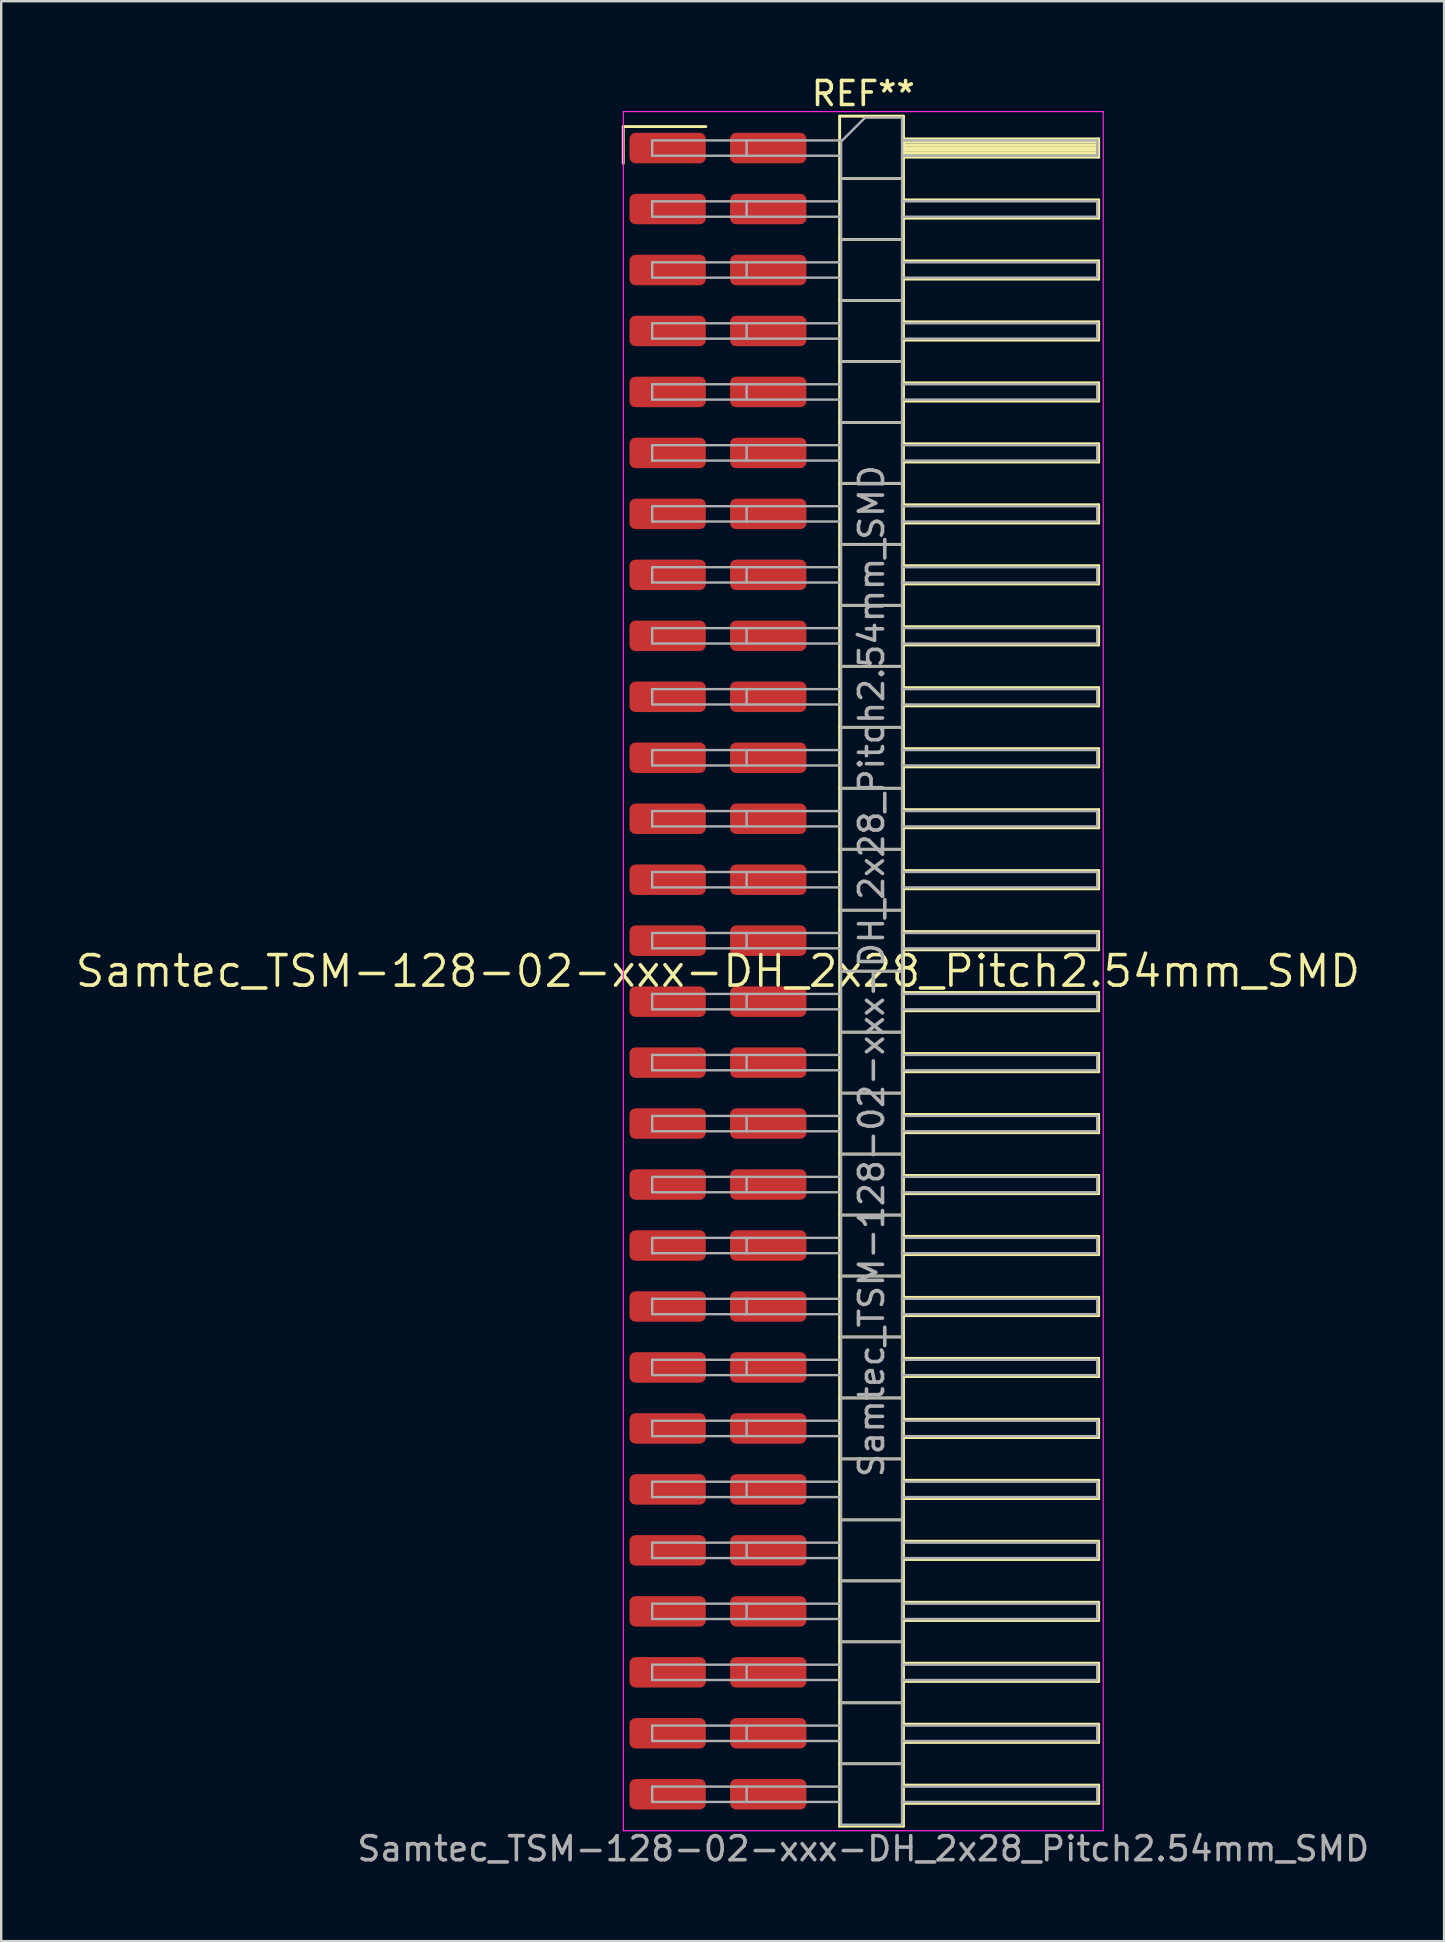
<source format=kicad_pcb>
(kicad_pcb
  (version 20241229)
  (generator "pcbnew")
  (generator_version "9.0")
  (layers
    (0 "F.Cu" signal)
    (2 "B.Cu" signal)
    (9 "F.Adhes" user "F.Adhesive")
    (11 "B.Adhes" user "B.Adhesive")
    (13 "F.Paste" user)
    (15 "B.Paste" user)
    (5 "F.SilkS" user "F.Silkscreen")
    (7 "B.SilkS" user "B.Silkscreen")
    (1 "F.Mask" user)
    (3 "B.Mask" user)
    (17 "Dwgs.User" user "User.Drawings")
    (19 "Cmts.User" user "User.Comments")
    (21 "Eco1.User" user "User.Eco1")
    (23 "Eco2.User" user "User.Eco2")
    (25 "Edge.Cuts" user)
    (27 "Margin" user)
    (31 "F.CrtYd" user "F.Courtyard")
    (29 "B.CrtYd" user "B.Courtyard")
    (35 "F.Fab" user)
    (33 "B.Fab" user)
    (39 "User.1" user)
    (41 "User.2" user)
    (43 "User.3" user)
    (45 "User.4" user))
  (footprint "Samtec_TSM-128-02-xxx-DH_2x28_Pitch2.54mm_SMD"
    (layer "F.Cu")
    (at 26.859 37.408)
    (property "Reference" "Samtec_TSM-128-02-xxx-DH_2x28_Pitch2.54mm_SMD" (at 0 0 0) (layer "F.SilkS") (effects (font (size 1.27 1.27) (thickness 0.15))))
    (attr smd)
    (fp_line (start -3.945 -35.185) (end -0.505 -35.185) (stroke (width 0.12) (type solid)) (layer "F.SilkS"))
    (fp_line (start -3.945 -33.655) (end -3.945 -35.185) (stroke (width 0.12) (type solid)) (layer "F.SilkS"))
    (fp_line (start 5.07 -35.62) (end 7.73 -35.62) (stroke (width 0.12) (type solid)) (layer "F.SilkS"))
    (fp_line (start 5.07 -33.02) (end 7.73 -33.02) (stroke (width 0.12) (type solid)) (layer "F.SilkS"))
    (fp_line (start 5.07 -30.48) (end 7.73 -30.48) (stroke (width 0.12) (type solid)) (layer "F.SilkS"))
    (fp_line (start 5.07 -27.94) (end 7.73 -27.94) (stroke (width 0.12) (type solid)) (layer "F.SilkS"))
    (fp_line (start 5.07 -25.4) (end 7.73 -25.4) (stroke (width 0.12) (type solid)) (layer "F.SilkS"))
    (fp_line (start 5.07 -22.86) (end 7.73 -22.86) (stroke (width 0.12) (type solid)) (layer "F.SilkS"))
    (fp_line (start 5.07 -20.32) (end 7.73 -20.32) (stroke (width 0.12) (type solid)) (layer "F.SilkS"))
    (fp_line (start 5.07 -17.78) (end 7.73 -17.78) (stroke (width 0.12) (type solid)) (layer "F.SilkS"))
    (fp_line (start 5.07 -15.24) (end 7.73 -15.24) (stroke (width 0.12) (type solid)) (layer "F.SilkS"))
    (fp_line (start 5.07 -12.7) (end 7.73 -12.7) (stroke (width 0.12) (type solid)) (layer "F.SilkS"))
    (fp_line (start 5.07 -10.16) (end 7.73 -10.16) (stroke (width 0.12) (type solid)) (layer "F.SilkS"))
    (fp_line (start 5.07 -7.62) (end 7.73 -7.62) (stroke (width 0.12) (type solid)) (layer "F.SilkS"))
    (fp_line (start 5.07 -5.08) (end 7.73 -5.08) (stroke (width 0.12) (type solid)) (layer "F.SilkS"))
    (fp_line (start 5.07 -2.54) (end 7.73 -2.54) (stroke (width 0.12) (type solid)) (layer "F.SilkS"))
    (fp_line (start 5.07 0) (end 7.73 0) (stroke (width 0.12) (type solid)) (layer "F.SilkS"))
    (fp_line (start 5.07 2.54) (end 7.73 2.54) (stroke (width 0.12) (type solid)) (layer "F.SilkS"))
    (fp_line (start 5.07 5.08) (end 7.73 5.08) (stroke (width 0.12) (type solid)) (layer "F.SilkS"))
    (fp_line (start 5.07 7.62) (end 7.73 7.62) (stroke (width 0.12) (type solid)) (layer "F.SilkS"))
    (fp_line (start 5.07 10.16) (end 7.73 10.16) (stroke (width 0.12) (type solid)) (layer "F.SilkS"))
    (fp_line (start 5.07 12.7) (end 7.73 12.7) (stroke (width 0.12) (type solid)) (layer "F.SilkS"))
    (fp_line (start 5.07 15.24) (end 7.73 15.24) (stroke (width 0.12) (type solid)) (layer "F.SilkS"))
    (fp_line (start 5.07 17.78) (end 7.73 17.78) (stroke (width 0.12) (type solid)) (layer "F.SilkS"))
    (fp_line (start 5.07 20.32) (end 7.73 20.32) (stroke (width 0.12) (type solid)) (layer "F.SilkS"))
    (fp_line (start 5.07 22.86) (end 7.73 22.86) (stroke (width 0.12) (type solid)) (layer "F.SilkS"))
    (fp_line (start 5.07 25.4) (end 7.73 25.4) (stroke (width 0.12) (type solid)) (layer "F.SilkS"))
    (fp_line (start 5.07 27.94) (end 7.73 27.94) (stroke (width 0.12) (type solid)) (layer "F.SilkS"))
    (fp_line (start 5.07 30.48) (end 7.73 30.48) (stroke (width 0.12) (type solid)) (layer "F.SilkS"))
    (fp_line (start 5.07 33.02) (end 7.73 33.02) (stroke (width 0.12) (type solid)) (layer "F.SilkS"))
    (fp_line (start 5.07 35.62) (end 5.07 -35.62) (stroke (width 0.12) (type solid)) (layer "F.SilkS"))
    (fp_line (start 7.73 -35.62) (end 7.73 35.62) (stroke (width 0.12) (type solid)) (layer "F.SilkS"))
    (fp_line (start 7.73 -34.67) (end 15.86 -34.67) (stroke (width 0.12) (type solid)) (layer "F.SilkS"))
    (fp_line (start 7.73 -34.55) (end 15.86 -34.55) (stroke (width 0.12) (type solid)) (layer "F.SilkS"))
    (fp_line (start 7.73 -34.43) (end 15.86 -34.43) (stroke (width 0.12) (type solid)) (layer "F.SilkS"))
    (fp_line (start 7.73 -34.31) (end 15.86 -34.31) (stroke (width 0.12) (type solid)) (layer "F.SilkS"))
    (fp_line (start 7.73 -34.19) (end 15.86 -34.19) (stroke (width 0.12) (type solid)) (layer "F.SilkS"))
    (fp_line (start 7.73 -34.07) (end 15.86 -34.07) (stroke (width 0.12) (type solid)) (layer "F.SilkS"))
    (fp_line (start 7.73 -33.95) (end 15.86 -33.95) (stroke (width 0.12) (type solid)) (layer "F.SilkS"))
    (fp_line (start 7.73 -33.91) (end 15.86 -33.91) (stroke (width 0.12) (type solid)) (layer "F.SilkS"))
    (fp_line (start 7.73 -32.13) (end 15.86 -32.13) (stroke (width 0.12) (type solid)) (layer "F.SilkS"))
    (fp_line (start 7.73 -31.37) (end 15.86 -31.37) (stroke (width 0.12) (type solid)) (layer "F.SilkS"))
    (fp_line (start 7.73 -29.59) (end 15.86 -29.59) (stroke (width 0.12) (type solid)) (layer "F.SilkS"))
    (fp_line (start 7.73 -28.83) (end 15.86 -28.83) (stroke (width 0.12) (type solid)) (layer "F.SilkS"))
    (fp_line (start 7.73 -27.05) (end 15.86 -27.05) (stroke (width 0.12) (type solid)) (layer "F.SilkS"))
    (fp_line (start 7.73 -26.29) (end 15.86 -26.29) (stroke (width 0.12) (type solid)) (layer "F.SilkS"))
    (fp_line (start 7.73 -24.51) (end 15.86 -24.51) (stroke (width 0.12) (type solid)) (layer "F.SilkS"))
    (fp_line (start 7.73 -23.75) (end 15.86 -23.75) (stroke (width 0.12) (type solid)) (layer "F.SilkS"))
    (fp_line (start 7.73 -21.97) (end 15.86 -21.97) (stroke (width 0.12) (type solid)) (layer "F.SilkS"))
    (fp_line (start 7.73 -21.21) (end 15.86 -21.21) (stroke (width 0.12) (type solid)) (layer "F.SilkS"))
    (fp_line (start 7.73 -19.43) (end 15.86 -19.43) (stroke (width 0.12) (type solid)) (layer "F.SilkS"))
    (fp_line (start 7.73 -18.67) (end 15.86 -18.67) (stroke (width 0.12) (type solid)) (layer "F.SilkS"))
    (fp_line (start 7.73 -16.89) (end 15.86 -16.89) (stroke (width 0.12) (type solid)) (layer "F.SilkS"))
    (fp_line (start 7.73 -16.13) (end 15.86 -16.13) (stroke (width 0.12) (type solid)) (layer "F.SilkS"))
    (fp_line (start 7.73 -14.35) (end 15.86 -14.35) (stroke (width 0.12) (type solid)) (layer "F.SilkS"))
    (fp_line (start 7.73 -13.59) (end 15.86 -13.59) (stroke (width 0.12) (type solid)) (layer "F.SilkS"))
    (fp_line (start 7.73 -11.81) (end 15.86 -11.81) (stroke (width 0.12) (type solid)) (layer "F.SilkS"))
    (fp_line (start 7.73 -11.05) (end 15.86 -11.05) (stroke (width 0.12) (type solid)) (layer "F.SilkS"))
    (fp_line (start 7.73 -9.27) (end 15.86 -9.27) (stroke (width 0.12) (type solid)) (layer "F.SilkS"))
    (fp_line (start 7.73 -8.51) (end 15.86 -8.51) (stroke (width 0.12) (type solid)) (layer "F.SilkS"))
    (fp_line (start 7.73 -6.73) (end 15.86 -6.73) (stroke (width 0.12) (type solid)) (layer "F.SilkS"))
    (fp_line (start 7.73 -5.97) (end 15.86 -5.97) (stroke (width 0.12) (type solid)) (layer "F.SilkS"))
    (fp_line (start 7.73 -4.19) (end 15.86 -4.19) (stroke (width 0.12) (type solid)) (layer "F.SilkS"))
    (fp_line (start 7.73 -3.43) (end 15.86 -3.43) (stroke (width 0.12) (type solid)) (layer "F.SilkS"))
    (fp_line (start 7.73 -1.65) (end 15.86 -1.65) (stroke (width 0.12) (type solid)) (layer "F.SilkS"))
    (fp_line (start 7.73 -0.89) (end 15.86 -0.89) (stroke (width 0.12) (type solid)) (layer "F.SilkS"))
    (fp_line (start 7.73 0.89) (end 15.86 0.89) (stroke (width 0.12) (type solid)) (layer "F.SilkS"))
    (fp_line (start 7.73 1.65) (end 15.86 1.65) (stroke (width 0.12) (type solid)) (layer "F.SilkS"))
    (fp_line (start 7.73 3.43) (end 15.86 3.43) (stroke (width 0.12) (type solid)) (layer "F.SilkS"))
    (fp_line (start 7.73 4.19) (end 15.86 4.19) (stroke (width 0.12) (type solid)) (layer "F.SilkS"))
    (fp_line (start 7.73 5.97) (end 15.86 5.97) (stroke (width 0.12) (type solid)) (layer "F.SilkS"))
    (fp_line (start 7.73 6.73) (end 15.86 6.73) (stroke (width 0.12) (type solid)) (layer "F.SilkS"))
    (fp_line (start 7.73 8.51) (end 15.86 8.51) (stroke (width 0.12) (type solid)) (layer "F.SilkS"))
    (fp_line (start 7.73 9.27) (end 15.86 9.27) (stroke (width 0.12) (type solid)) (layer "F.SilkS"))
    (fp_line (start 7.73 11.05) (end 15.86 11.05) (stroke (width 0.12) (type solid)) (layer "F.SilkS"))
    (fp_line (start 7.73 11.81) (end 15.86 11.81) (stroke (width 0.12) (type solid)) (layer "F.SilkS"))
    (fp_line (start 7.73 13.59) (end 15.86 13.59) (stroke (width 0.12) (type solid)) (layer "F.SilkS"))
    (fp_line (start 7.73 14.35) (end 15.86 14.35) (stroke (width 0.12) (type solid)) (layer "F.SilkS"))
    (fp_line (start 7.73 16.13) (end 15.86 16.13) (stroke (width 0.12) (type solid)) (layer "F.SilkS"))
    (fp_line (start 7.73 16.89) (end 15.86 16.89) (stroke (width 0.12) (type solid)) (layer "F.SilkS"))
    (fp_line (start 7.73 18.67) (end 15.86 18.67) (stroke (width 0.12) (type solid)) (layer "F.SilkS"))
    (fp_line (start 7.73 19.43) (end 15.86 19.43) (stroke (width 0.12) (type solid)) (layer "F.SilkS"))
    (fp_line (start 7.73 21.21) (end 15.86 21.21) (stroke (width 0.12) (type solid)) (layer "F.SilkS"))
    (fp_line (start 7.73 21.97) (end 15.86 21.97) (stroke (width 0.12) (type solid)) (layer "F.SilkS"))
    (fp_line (start 7.73 23.75) (end 15.86 23.75) (stroke (width 0.12) (type solid)) (layer "F.SilkS"))
    (fp_line (start 7.73 24.51) (end 15.86 24.51) (stroke (width 0.12) (type solid)) (layer "F.SilkS"))
    (fp_line (start 7.73 26.29) (end 15.86 26.29) (stroke (width 0.12) (type solid)) (layer "F.SilkS"))
    (fp_line (start 7.73 27.05) (end 15.86 27.05) (stroke (width 0.12) (type solid)) (layer "F.SilkS"))
    (fp_line (start 7.73 28.83) (end 15.86 28.83) (stroke (width 0.12) (type solid)) (layer "F.SilkS"))
    (fp_line (start 7.73 29.59) (end 15.86 29.59) (stroke (width 0.12) (type solid)) (layer "F.SilkS"))
    (fp_line (start 7.73 31.37) (end 15.86 31.37) (stroke (width 0.12) (type solid)) (layer "F.SilkS"))
    (fp_line (start 7.73 32.13) (end 15.86 32.13) (stroke (width 0.12) (type solid)) (layer "F.SilkS"))
    (fp_line (start 7.73 33.91) (end 15.86 33.91) (stroke (width 0.12) (type solid)) (layer "F.SilkS"))
    (fp_line (start 7.73 34.67) (end 15.86 34.67) (stroke (width 0.12) (type solid)) (layer "F.SilkS"))
    (fp_line (start 7.73 35.62) (end 5.07 35.62) (stroke (width 0.12) (type solid)) (layer "F.SilkS"))
    (fp_line (start 15.86 -34.67) (end 15.86 -33.91) (stroke (width 0.12) (type solid)) (layer "F.SilkS"))
    (fp_line (start 15.86 -32.13) (end 15.86 -31.37) (stroke (width 0.12) (type solid)) (layer "F.SilkS"))
    (fp_line (start 15.86 -29.59) (end 15.86 -28.83) (stroke (width 0.12) (type solid)) (layer "F.SilkS"))
    (fp_line (start 15.86 -27.05) (end 15.86 -26.29) (stroke (width 0.12) (type solid)) (layer "F.SilkS"))
    (fp_line (start 15.86 -24.51) (end 15.86 -23.75) (stroke (width 0.12) (type solid)) (layer "F.SilkS"))
    (fp_line (start 15.86 -21.97) (end 15.86 -21.21) (stroke (width 0.12) (type solid)) (layer "F.SilkS"))
    (fp_line (start 15.86 -19.43) (end 15.86 -18.67) (stroke (width 0.12) (type solid)) (layer "F.SilkS"))
    (fp_line (start 15.86 -16.89) (end 15.86 -16.13) (stroke (width 0.12) (type solid)) (layer "F.SilkS"))
    (fp_line (start 15.86 -14.35) (end 15.86 -13.59) (stroke (width 0.12) (type solid)) (layer "F.SilkS"))
    (fp_line (start 15.86 -11.81) (end 15.86 -11.05) (stroke (width 0.12) (type solid)) (layer "F.SilkS"))
    (fp_line (start 15.86 -9.27) (end 15.86 -8.51) (stroke (width 0.12) (type solid)) (layer "F.SilkS"))
    (fp_line (start 15.86 -6.73) (end 15.86 -5.97) (stroke (width 0.12) (type solid)) (layer "F.SilkS"))
    (fp_line (start 15.86 -4.19) (end 15.86 -3.43) (stroke (width 0.12) (type solid)) (layer "F.SilkS"))
    (fp_line (start 15.86 -1.65) (end 15.86 -0.89) (stroke (width 0.12) (type solid)) (layer "F.SilkS"))
    (fp_line (start 15.86 0.89) (end 15.86 1.65) (stroke (width 0.12) (type solid)) (layer "F.SilkS"))
    (fp_line (start 15.86 3.43) (end 15.86 4.19) (stroke (width 0.12) (type solid)) (layer "F.SilkS"))
    (fp_line (start 15.86 5.97) (end 15.86 6.73) (stroke (width 0.12) (type solid)) (layer "F.SilkS"))
    (fp_line (start 15.86 8.51) (end 15.86 9.27) (stroke (width 0.12) (type solid)) (layer "F.SilkS"))
    (fp_line (start 15.86 11.05) (end 15.86 11.81) (stroke (width 0.12) (type solid)) (layer "F.SilkS"))
    (fp_line (start 15.86 13.59) (end 15.86 14.35) (stroke (width 0.12) (type solid)) (layer "F.SilkS"))
    (fp_line (start 15.86 16.13) (end 15.86 16.89) (stroke (width 0.12) (type solid)) (layer "F.SilkS"))
    (fp_line (start 15.86 18.67) (end 15.86 19.43) (stroke (width 0.12) (type solid)) (layer "F.SilkS"))
    (fp_line (start 15.86 21.21) (end 15.86 21.97) (stroke (width 0.12) (type solid)) (layer "F.SilkS"))
    (fp_line (start 15.86 23.75) (end 15.86 24.51) (stroke (width 0.12) (type solid)) (layer "F.SilkS"))
    (fp_line (start 15.86 26.29) (end 15.86 27.05) (stroke (width 0.12) (type solid)) (layer "F.SilkS"))
    (fp_line (start 15.86 28.83) (end 15.86 29.59) (stroke (width 0.12) (type solid)) (layer "F.SilkS"))
    (fp_line (start 15.86 31.37) (end 15.86 32.13) (stroke (width 0.12) (type solid)) (layer "F.SilkS"))
    (fp_line (start 15.86 33.91) (end 15.86 34.67) (stroke (width 0.12) (type solid)) (layer "F.SilkS"))
    (fp_line (start -3.94 -35.81) (end 16.05 -35.81) (stroke (width 0.05) (type solid)) (layer "F.CrtYd"))
    (fp_line (start -3.94 35.81) (end -3.94 -35.81) (stroke (width 0.05) (type solid)) (layer "F.CrtYd"))
    (fp_line (start 16.05 -35.81) (end 16.05 35.81) (stroke (width 0.05) (type solid)) (layer "F.CrtYd"))
    (fp_line (start 16.05 35.81) (end -3.94 35.81) (stroke (width 0.05) (type solid)) (layer "F.CrtYd"))
    (fp_line (start -2.74 -34.61) (end -2.74 -33.97) (stroke (width 0.1) (type solid)) (layer "F.Fab"))
    (fp_line (start -2.74 -34.61) (end 5.13 -34.61) (stroke (width 0.1) (type solid)) (layer "F.Fab"))
    (fp_line (start -2.74 -33.97) (end 5.13 -33.97) (stroke (width 0.1) (type solid)) (layer "F.Fab"))
    (fp_line (start -2.74 -32.07) (end -2.74 -31.43) (stroke (width 0.1) (type solid)) (layer "F.Fab"))
    (fp_line (start -2.74 -32.07) (end 5.13 -32.07) (stroke (width 0.1) (type solid)) (layer "F.Fab"))
    (fp_line (start -2.74 -31.43) (end 5.13 -31.43) (stroke (width 0.1) (type solid)) (layer "F.Fab"))
    (fp_line (start -2.74 -29.53) (end -2.74 -28.89) (stroke (width 0.1) (type solid)) (layer "F.Fab"))
    (fp_line (start -2.74 -29.53) (end 5.13 -29.53) (stroke (width 0.1) (type solid)) (layer "F.Fab"))
    (fp_line (start -2.74 -28.89) (end 5.13 -28.89) (stroke (width 0.1) (type solid)) (layer "F.Fab"))
    (fp_line (start -2.74 -26.99) (end -2.74 -26.35) (stroke (width 0.1) (type solid)) (layer "F.Fab"))
    (fp_line (start -2.74 -26.99) (end 5.13 -26.99) (stroke (width 0.1) (type solid)) (layer "F.Fab"))
    (fp_line (start -2.74 -26.35) (end 5.13 -26.35) (stroke (width 0.1) (type solid)) (layer "F.Fab"))
    (fp_line (start -2.74 -24.45) (end -2.74 -23.81) (stroke (width 0.1) (type solid)) (layer "F.Fab"))
    (fp_line (start -2.74 -24.45) (end 5.13 -24.45) (stroke (width 0.1) (type solid)) (layer "F.Fab"))
    (fp_line (start -2.74 -23.81) (end 5.13 -23.81) (stroke (width 0.1) (type solid)) (layer "F.Fab"))
    (fp_line (start -2.74 -21.91) (end -2.74 -21.27) (stroke (width 0.1) (type solid)) (layer "F.Fab"))
    (fp_line (start -2.74 -21.91) (end 5.13 -21.91) (stroke (width 0.1) (type solid)) (layer "F.Fab"))
    (fp_line (start -2.74 -21.27) (end 5.13 -21.27) (stroke (width 0.1) (type solid)) (layer "F.Fab"))
    (fp_line (start -2.74 -19.37) (end -2.74 -18.73) (stroke (width 0.1) (type solid)) (layer "F.Fab"))
    (fp_line (start -2.74 -19.37) (end 5.13 -19.37) (stroke (width 0.1) (type solid)) (layer "F.Fab"))
    (fp_line (start -2.74 -18.73) (end 5.13 -18.73) (stroke (width 0.1) (type solid)) (layer "F.Fab"))
    (fp_line (start -2.74 -16.83) (end -2.74 -16.19) (stroke (width 0.1) (type solid)) (layer "F.Fab"))
    (fp_line (start -2.74 -16.83) (end 5.13 -16.83) (stroke (width 0.1) (type solid)) (layer "F.Fab"))
    (fp_line (start -2.74 -16.19) (end 5.13 -16.19) (stroke (width 0.1) (type solid)) (layer "F.Fab"))
    (fp_line (start -2.74 -14.29) (end -2.74 -13.65) (stroke (width 0.1) (type solid)) (layer "F.Fab"))
    (fp_line (start -2.74 -14.29) (end 5.13 -14.29) (stroke (width 0.1) (type solid)) (layer "F.Fab"))
    (fp_line (start -2.74 -13.65) (end 5.13 -13.65) (stroke (width 0.1) (type solid)) (layer "F.Fab"))
    (fp_line (start -2.74 -11.75) (end -2.74 -11.11) (stroke (width 0.1) (type solid)) (layer "F.Fab"))
    (fp_line (start -2.74 -11.75) (end 5.13 -11.75) (stroke (width 0.1) (type solid)) (layer "F.Fab"))
    (fp_line (start -2.74 -11.11) (end 5.13 -11.11) (stroke (width 0.1) (type solid)) (layer "F.Fab"))
    (fp_line (start -2.74 -9.21) (end -2.74 -8.57) (stroke (width 0.1) (type solid)) (layer "F.Fab"))
    (fp_line (start -2.74 -9.21) (end 5.13 -9.21) (stroke (width 0.1) (type solid)) (layer "F.Fab"))
    (fp_line (start -2.74 -8.57) (end 5.13 -8.57) (stroke (width 0.1) (type solid)) (layer "F.Fab"))
    (fp_line (start -2.74 -6.67) (end -2.74 -6.03) (stroke (width 0.1) (type solid)) (layer "F.Fab"))
    (fp_line (start -2.74 -6.67) (end 5.13 -6.67) (stroke (width 0.1) (type solid)) (layer "F.Fab"))
    (fp_line (start -2.74 -6.03) (end 5.13 -6.03) (stroke (width 0.1) (type solid)) (layer "F.Fab"))
    (fp_line (start -2.74 -4.13) (end -2.74 -3.49) (stroke (width 0.1) (type solid)) (layer "F.Fab"))
    (fp_line (start -2.74 -4.13) (end 5.13 -4.13) (stroke (width 0.1) (type solid)) (layer "F.Fab"))
    (fp_line (start -2.74 -3.49) (end 5.13 -3.49) (stroke (width 0.1) (type solid)) (layer "F.Fab"))
    (fp_line (start -2.74 -1.59) (end -2.74 -0.95) (stroke (width 0.1) (type solid)) (layer "F.Fab"))
    (fp_line (start -2.74 -1.59) (end 5.13 -1.59) (stroke (width 0.1) (type solid)) (layer "F.Fab"))
    (fp_line (start -2.74 -0.95) (end 5.13 -0.95) (stroke (width 0.1) (type solid)) (layer "F.Fab"))
    (fp_line (start -2.74 0.95) (end -2.74 1.59) (stroke (width 0.1) (type solid)) (layer "F.Fab"))
    (fp_line (start -2.74 0.95) (end 5.13 0.95) (stroke (width 0.1) (type solid)) (layer "F.Fab"))
    (fp_line (start -2.74 1.59) (end 5.13 1.59) (stroke (width 0.1) (type solid)) (layer "F.Fab"))
    (fp_line (start -2.74 3.49) (end -2.74 4.13) (stroke (width 0.1) (type solid)) (layer "F.Fab"))
    (fp_line (start -2.74 3.49) (end 5.13 3.49) (stroke (width 0.1) (type solid)) (layer "F.Fab"))
    (fp_line (start -2.74 4.13) (end 5.13 4.13) (stroke (width 0.1) (type solid)) (layer "F.Fab"))
    (fp_line (start -2.74 6.03) (end -2.74 6.67) (stroke (width 0.1) (type solid)) (layer "F.Fab"))
    (fp_line (start -2.74 6.03) (end 5.13 6.03) (stroke (width 0.1) (type solid)) (layer "F.Fab"))
    (fp_line (start -2.74 6.67) (end 5.13 6.67) (stroke (width 0.1) (type solid)) (layer "F.Fab"))
    (fp_line (start -2.74 8.57) (end -2.74 9.21) (stroke (width 0.1) (type solid)) (layer "F.Fab"))
    (fp_line (start -2.74 8.57) (end 5.13 8.57) (stroke (width 0.1) (type solid)) (layer "F.Fab"))
    (fp_line (start -2.74 9.21) (end 5.13 9.21) (stroke (width 0.1) (type solid)) (layer "F.Fab"))
    (fp_line (start -2.74 11.11) (end -2.74 11.75) (stroke (width 0.1) (type solid)) (layer "F.Fab"))
    (fp_line (start -2.74 11.11) (end 5.13 11.11) (stroke (width 0.1) (type solid)) (layer "F.Fab"))
    (fp_line (start -2.74 11.75) (end 5.13 11.75) (stroke (width 0.1) (type solid)) (layer "F.Fab"))
    (fp_line (start -2.74 13.65) (end -2.74 14.29) (stroke (width 0.1) (type solid)) (layer "F.Fab"))
    (fp_line (start -2.74 13.65) (end 5.13 13.65) (stroke (width 0.1) (type solid)) (layer "F.Fab"))
    (fp_line (start -2.74 14.29) (end 5.13 14.29) (stroke (width 0.1) (type solid)) (layer "F.Fab"))
    (fp_line (start -2.74 16.19) (end -2.74 16.83) (stroke (width 0.1) (type solid)) (layer "F.Fab"))
    (fp_line (start -2.74 16.19) (end 5.13 16.19) (stroke (width 0.1) (type solid)) (layer "F.Fab"))
    (fp_line (start -2.74 16.83) (end 5.13 16.83) (stroke (width 0.1) (type solid)) (layer "F.Fab"))
    (fp_line (start -2.74 18.73) (end -2.74 19.37) (stroke (width 0.1) (type solid)) (layer "F.Fab"))
    (fp_line (start -2.74 18.73) (end 5.13 18.73) (stroke (width 0.1) (type solid)) (layer "F.Fab"))
    (fp_line (start -2.74 19.37) (end 5.13 19.37) (stroke (width 0.1) (type solid)) (layer "F.Fab"))
    (fp_line (start -2.74 21.27) (end -2.74 21.91) (stroke (width 0.1) (type solid)) (layer "F.Fab"))
    (fp_line (start -2.74 21.27) (end 5.13 21.27) (stroke (width 0.1) (type solid)) (layer "F.Fab"))
    (fp_line (start -2.74 21.91) (end 5.13 21.91) (stroke (width 0.1) (type solid)) (layer "F.Fab"))
    (fp_line (start -2.74 23.81) (end -2.74 24.45) (stroke (width 0.1) (type solid)) (layer "F.Fab"))
    (fp_line (start -2.74 23.81) (end 5.13 23.81) (stroke (width 0.1) (type solid)) (layer "F.Fab"))
    (fp_line (start -2.74 24.45) (end 5.13 24.45) (stroke (width 0.1) (type solid)) (layer "F.Fab"))
    (fp_line (start -2.74 26.35) (end -2.74 26.99) (stroke (width 0.1) (type solid)) (layer "F.Fab"))
    (fp_line (start -2.74 26.35) (end 5.13 26.35) (stroke (width 0.1) (type solid)) (layer "F.Fab"))
    (fp_line (start -2.74 26.99) (end 5.13 26.99) (stroke (width 0.1) (type solid)) (layer "F.Fab"))
    (fp_line (start -2.74 28.89) (end -2.74 29.53) (stroke (width 0.1) (type solid)) (layer "F.Fab"))
    (fp_line (start -2.74 28.89) (end 5.13 28.89) (stroke (width 0.1) (type solid)) (layer "F.Fab"))
    (fp_line (start -2.74 29.53) (end 5.13 29.53) (stroke (width 0.1) (type solid)) (layer "F.Fab"))
    (fp_line (start -2.74 31.43) (end -2.74 32.07) (stroke (width 0.1) (type solid)) (layer "F.Fab"))
    (fp_line (start -2.74 31.43) (end 5.13 31.43) (stroke (width 0.1) (type solid)) (layer "F.Fab"))
    (fp_line (start -2.74 32.07) (end 5.13 32.07) (stroke (width 0.1) (type solid)) (layer "F.Fab"))
    (fp_line (start -2.74 33.97) (end -2.74 34.61) (stroke (width 0.1) (type solid)) (layer "F.Fab"))
    (fp_line (start -2.74 33.97) (end 5.13 33.97) (stroke (width 0.1) (type solid)) (layer "F.Fab"))
    (fp_line (start -2.74 34.61) (end 5.13 34.61) (stroke (width 0.1) (type solid)) (layer "F.Fab"))
    (fp_line (start 1.195 -34.61) (end 1.195 -33.97) (stroke (width 0.1) (type solid)) (layer "F.Fab"))
    (fp_line (start 1.195 -32.07) (end 1.195 -31.43) (stroke (width 0.1) (type solid)) (layer "F.Fab"))
    (fp_line (start 1.195 -29.53) (end 1.195 -28.89) (stroke (width 0.1) (type solid)) (layer "F.Fab"))
    (fp_line (start 1.195 -26.99) (end 1.195 -26.35) (stroke (width 0.1) (type solid)) (layer "F.Fab"))
    (fp_line (start 1.195 -24.45) (end 1.195 -23.81) (stroke (width 0.1) (type solid)) (layer "F.Fab"))
    (fp_line (start 1.195 -21.91) (end 1.195 -21.27) (stroke (width 0.1) (type solid)) (layer "F.Fab"))
    (fp_line (start 1.195 -19.37) (end 1.195 -18.73) (stroke (width 0.1) (type solid)) (layer "F.Fab"))
    (fp_line (start 1.195 -16.83) (end 1.195 -16.19) (stroke (width 0.1) (type solid)) (layer "F.Fab"))
    (fp_line (start 1.195 -14.29) (end 1.195 -13.65) (stroke (width 0.1) (type solid)) (layer "F.Fab"))
    (fp_line (start 1.195 -11.75) (end 1.195 -11.11) (stroke (width 0.1) (type solid)) (layer "F.Fab"))
    (fp_line (start 1.195 -9.21) (end 1.195 -8.57) (stroke (width 0.1) (type solid)) (layer "F.Fab"))
    (fp_line (start 1.195 -6.67) (end 1.195 -6.03) (stroke (width 0.1) (type solid)) (layer "F.Fab"))
    (fp_line (start 1.195 -4.13) (end 1.195 -3.49) (stroke (width 0.1) (type solid)) (layer "F.Fab"))
    (fp_line (start 1.195 -1.59) (end 1.195 -0.95) (stroke (width 0.1) (type solid)) (layer "F.Fab"))
    (fp_line (start 1.195 0.95) (end 1.195 1.59) (stroke (width 0.1) (type solid)) (layer "F.Fab"))
    (fp_line (start 1.195 3.49) (end 1.195 4.13) (stroke (width 0.1) (type solid)) (layer "F.Fab"))
    (fp_line (start 1.195 6.03) (end 1.195 6.67) (stroke (width 0.1) (type solid)) (layer "F.Fab"))
    (fp_line (start 1.195 8.57) (end 1.195 9.21) (stroke (width 0.1) (type solid)) (layer "F.Fab"))
    (fp_line (start 1.195 11.11) (end 1.195 11.75) (stroke (width 0.1) (type solid)) (layer "F.Fab"))
    (fp_line (start 1.195 13.65) (end 1.195 14.29) (stroke (width 0.1) (type solid)) (layer "F.Fab"))
    (fp_line (start 1.195 16.19) (end 1.195 16.83) (stroke (width 0.1) (type solid)) (layer "F.Fab"))
    (fp_line (start 1.195 18.73) (end 1.195 19.37) (stroke (width 0.1) (type solid)) (layer "F.Fab"))
    (fp_line (start 1.195 21.27) (end 1.195 21.91) (stroke (width 0.1) (type solid)) (layer "F.Fab"))
    (fp_line (start 1.195 23.81) (end 1.195 24.45) (stroke (width 0.1) (type solid)) (layer "F.Fab"))
    (fp_line (start 1.195 26.35) (end 1.195 26.99) (stroke (width 0.1) (type solid)) (layer "F.Fab"))
    (fp_line (start 1.195 28.89) (end 1.195 29.53) (stroke (width 0.1) (type solid)) (layer "F.Fab"))
    (fp_line (start 1.195 31.43) (end 1.195 32.07) (stroke (width 0.1) (type solid)) (layer "F.Fab"))
    (fp_line (start 1.195 33.97) (end 1.195 34.61) (stroke (width 0.1) (type solid)) (layer "F.Fab"))
    (fp_line (start 5.13 -34.56) (end 6.13 -35.56) (stroke (width 0.1) (type solid)) (layer "F.Fab"))
    (fp_line (start 5.13 -33.02) (end 7.67 -33.02) (stroke (width 0.1) (type solid)) (layer "F.Fab"))
    (fp_line (start 5.13 -30.48) (end 7.67 -30.48) (stroke (width 0.1) (type solid)) (layer "F.Fab"))
    (fp_line (start 5.13 -27.94) (end 7.67 -27.94) (stroke (width 0.1) (type solid)) (layer "F.Fab"))
    (fp_line (start 5.13 -25.4) (end 7.67 -25.4) (stroke (width 0.1) (type solid)) (layer "F.Fab"))
    (fp_line (start 5.13 -22.86) (end 7.67 -22.86) (stroke (width 0.1) (type solid)) (layer "F.Fab"))
    (fp_line (start 5.13 -20.32) (end 7.67 -20.32) (stroke (width 0.1) (type solid)) (layer "F.Fab"))
    (fp_line (start 5.13 -17.78) (end 7.67 -17.78) (stroke (width 0.1) (type solid)) (layer "F.Fab"))
    (fp_line (start 5.13 -15.24) (end 7.67 -15.24) (stroke (width 0.1) (type solid)) (layer "F.Fab"))
    (fp_line (start 5.13 -12.7) (end 7.67 -12.7) (stroke (width 0.1) (type solid)) (layer "F.Fab"))
    (fp_line (start 5.13 -10.16) (end 7.67 -10.16) (stroke (width 0.1) (type solid)) (layer "F.Fab"))
    (fp_line (start 5.13 -7.62) (end 7.67 -7.62) (stroke (width 0.1) (type solid)) (layer "F.Fab"))
    (fp_line (start 5.13 -5.08) (end 7.67 -5.08) (stroke (width 0.1) (type solid)) (layer "F.Fab"))
    (fp_line (start 5.13 -2.54) (end 7.67 -2.54) (stroke (width 0.1) (type solid)) (layer "F.Fab"))
    (fp_line (start 5.13 0) (end 7.67 0) (stroke (width 0.1) (type solid)) (layer "F.Fab"))
    (fp_line (start 5.13 2.54) (end 7.67 2.54) (stroke (width 0.1) (type solid)) (layer "F.Fab"))
    (fp_line (start 5.13 5.08) (end 7.67 5.08) (stroke (width 0.1) (type solid)) (layer "F.Fab"))
    (fp_line (start 5.13 7.62) (end 7.67 7.62) (stroke (width 0.1) (type solid)) (layer "F.Fab"))
    (fp_line (start 5.13 10.16) (end 7.67 10.16) (stroke (width 0.1) (type solid)) (layer "F.Fab"))
    (fp_line (start 5.13 12.7) (end 7.67 12.7) (stroke (width 0.1) (type solid)) (layer "F.Fab"))
    (fp_line (start 5.13 15.24) (end 7.67 15.24) (stroke (width 0.1) (type solid)) (layer "F.Fab"))
    (fp_line (start 5.13 17.78) (end 7.67 17.78) (stroke (width 0.1) (type solid)) (layer "F.Fab"))
    (fp_line (start 5.13 20.32) (end 7.67 20.32) (stroke (width 0.1) (type solid)) (layer "F.Fab"))
    (fp_line (start 5.13 22.86) (end 7.67 22.86) (stroke (width 0.1) (type solid)) (layer "F.Fab"))
    (fp_line (start 5.13 25.4) (end 7.67 25.4) (stroke (width 0.1) (type solid)) (layer "F.Fab"))
    (fp_line (start 5.13 27.94) (end 7.67 27.94) (stroke (width 0.1) (type solid)) (layer "F.Fab"))
    (fp_line (start 5.13 30.48) (end 7.67 30.48) (stroke (width 0.1) (type solid)) (layer "F.Fab"))
    (fp_line (start 5.13 33.02) (end 7.67 33.02) (stroke (width 0.1) (type solid)) (layer "F.Fab"))
    (fp_line (start 5.13 35.56) (end 5.13 -34.56) (stroke (width 0.1) (type solid)) (layer "F.Fab"))
    (fp_line (start 6.13 -35.56) (end 7.67 -35.56) (stroke (width 0.1) (type solid)) (layer "F.Fab"))
    (fp_line (start 7.67 -35.56) (end 7.67 35.56) (stroke (width 0.1) (type solid)) (layer "F.Fab"))
    (fp_line (start 7.67 -34.61) (end 15.8 -34.61) (stroke (width 0.1) (type solid)) (layer "F.Fab"))
    (fp_line (start 7.67 -33.97) (end 15.8 -33.97) (stroke (width 0.1) (type solid)) (layer "F.Fab"))
    (fp_line (start 7.67 -32.07) (end 15.8 -32.07) (stroke (width 0.1) (type solid)) (layer "F.Fab"))
    (fp_line (start 7.67 -31.43) (end 15.8 -31.43) (stroke (width 0.1) (type solid)) (layer "F.Fab"))
    (fp_line (start 7.67 -29.53) (end 15.8 -29.53) (stroke (width 0.1) (type solid)) (layer "F.Fab"))
    (fp_line (start 7.67 -28.89) (end 15.8 -28.89) (stroke (width 0.1) (type solid)) (layer "F.Fab"))
    (fp_line (start 7.67 -26.99) (end 15.8 -26.99) (stroke (width 0.1) (type solid)) (layer "F.Fab"))
    (fp_line (start 7.67 -26.35) (end 15.8 -26.35) (stroke (width 0.1) (type solid)) (layer "F.Fab"))
    (fp_line (start 7.67 -24.45) (end 15.8 -24.45) (stroke (width 0.1) (type solid)) (layer "F.Fab"))
    (fp_line (start 7.67 -23.81) (end 15.8 -23.81) (stroke (width 0.1) (type solid)) (layer "F.Fab"))
    (fp_line (start 7.67 -21.91) (end 15.8 -21.91) (stroke (width 0.1) (type solid)) (layer "F.Fab"))
    (fp_line (start 7.67 -21.27) (end 15.8 -21.27) (stroke (width 0.1) (type solid)) (layer "F.Fab"))
    (fp_line (start 7.67 -19.37) (end 15.8 -19.37) (stroke (width 0.1) (type solid)) (layer "F.Fab"))
    (fp_line (start 7.67 -18.73) (end 15.8 -18.73) (stroke (width 0.1) (type solid)) (layer "F.Fab"))
    (fp_line (start 7.67 -16.83) (end 15.8 -16.83) (stroke (width 0.1) (type solid)) (layer "F.Fab"))
    (fp_line (start 7.67 -16.19) (end 15.8 -16.19) (stroke (width 0.1) (type solid)) (layer "F.Fab"))
    (fp_line (start 7.67 -14.29) (end 15.8 -14.29) (stroke (width 0.1) (type solid)) (layer "F.Fab"))
    (fp_line (start 7.67 -13.65) (end 15.8 -13.65) (stroke (width 0.1) (type solid)) (layer "F.Fab"))
    (fp_line (start 7.67 -11.75) (end 15.8 -11.75) (stroke (width 0.1) (type solid)) (layer "F.Fab"))
    (fp_line (start 7.67 -11.11) (end 15.8 -11.11) (stroke (width 0.1) (type solid)) (layer "F.Fab"))
    (fp_line (start 7.67 -9.21) (end 15.8 -9.21) (stroke (width 0.1) (type solid)) (layer "F.Fab"))
    (fp_line (start 7.67 -8.57) (end 15.8 -8.57) (stroke (width 0.1) (type solid)) (layer "F.Fab"))
    (fp_line (start 7.67 -6.67) (end 15.8 -6.67) (stroke (width 0.1) (type solid)) (layer "F.Fab"))
    (fp_line (start 7.67 -6.03) (end 15.8 -6.03) (stroke (width 0.1) (type solid)) (layer "F.Fab"))
    (fp_line (start 7.67 -4.13) (end 15.8 -4.13) (stroke (width 0.1) (type solid)) (layer "F.Fab"))
    (fp_line (start 7.67 -3.49) (end 15.8 -3.49) (stroke (width 0.1) (type solid)) (layer "F.Fab"))
    (fp_line (start 7.67 -1.59) (end 15.8 -1.59) (stroke (width 0.1) (type solid)) (layer "F.Fab"))
    (fp_line (start 7.67 -0.95) (end 15.8 -0.95) (stroke (width 0.1) (type solid)) (layer "F.Fab"))
    (fp_line (start 7.67 0.95) (end 15.8 0.95) (stroke (width 0.1) (type solid)) (layer "F.Fab"))
    (fp_line (start 7.67 1.59) (end 15.8 1.59) (stroke (width 0.1) (type solid)) (layer "F.Fab"))
    (fp_line (start 7.67 3.49) (end 15.8 3.49) (stroke (width 0.1) (type solid)) (layer "F.Fab"))
    (fp_line (start 7.67 4.13) (end 15.8 4.13) (stroke (width 0.1) (type solid)) (layer "F.Fab"))
    (fp_line (start 7.67 6.03) (end 15.8 6.03) (stroke (width 0.1) (type solid)) (layer "F.Fab"))
    (fp_line (start 7.67 6.67) (end 15.8 6.67) (stroke (width 0.1) (type solid)) (layer "F.Fab"))
    (fp_line (start 7.67 8.57) (end 15.8 8.57) (stroke (width 0.1) (type solid)) (layer "F.Fab"))
    (fp_line (start 7.67 9.21) (end 15.8 9.21) (stroke (width 0.1) (type solid)) (layer "F.Fab"))
    (fp_line (start 7.67 11.11) (end 15.8 11.11) (stroke (width 0.1) (type solid)) (layer "F.Fab"))
    (fp_line (start 7.67 11.75) (end 15.8 11.75) (stroke (width 0.1) (type solid)) (layer "F.Fab"))
    (fp_line (start 7.67 13.65) (end 15.8 13.65) (stroke (width 0.1) (type solid)) (layer "F.Fab"))
    (fp_line (start 7.67 14.29) (end 15.8 14.29) (stroke (width 0.1) (type solid)) (layer "F.Fab"))
    (fp_line (start 7.67 16.19) (end 15.8 16.19) (stroke (width 0.1) (type solid)) (layer "F.Fab"))
    (fp_line (start 7.67 16.83) (end 15.8 16.83) (stroke (width 0.1) (type solid)) (layer "F.Fab"))
    (fp_line (start 7.67 18.73) (end 15.8 18.73) (stroke (width 0.1) (type solid)) (layer "F.Fab"))
    (fp_line (start 7.67 19.37) (end 15.8 19.37) (stroke (width 0.1) (type solid)) (layer "F.Fab"))
    (fp_line (start 7.67 21.27) (end 15.8 21.27) (stroke (width 0.1) (type solid)) (layer "F.Fab"))
    (fp_line (start 7.67 21.91) (end 15.8 21.91) (stroke (width 0.1) (type solid)) (layer "F.Fab"))
    (fp_line (start 7.67 23.81) (end 15.8 23.81) (stroke (width 0.1) (type solid)) (layer "F.Fab"))
    (fp_line (start 7.67 24.45) (end 15.8 24.45) (stroke (width 0.1) (type solid)) (layer "F.Fab"))
    (fp_line (start 7.67 26.35) (end 15.8 26.35) (stroke (width 0.1) (type solid)) (layer "F.Fab"))
    (fp_line (start 7.67 26.99) (end 15.8 26.99) (stroke (width 0.1) (type solid)) (layer "F.Fab"))
    (fp_line (start 7.67 28.89) (end 15.8 28.89) (stroke (width 0.1) (type solid)) (layer "F.Fab"))
    (fp_line (start 7.67 29.53) (end 15.8 29.53) (stroke (width 0.1) (type solid)) (layer "F.Fab"))
    (fp_line (start 7.67 31.43) (end 15.8 31.43) (stroke (width 0.1) (type solid)) (layer "F.Fab"))
    (fp_line (start 7.67 32.07) (end 15.8 32.07) (stroke (width 0.1) (type solid)) (layer "F.Fab"))
    (fp_line (start 7.67 33.97) (end 15.8 33.97) (stroke (width 0.1) (type solid)) (layer "F.Fab"))
    (fp_line (start 7.67 34.61) (end 15.8 34.61) (stroke (width 0.1) (type solid)) (layer "F.Fab"))
    (fp_line (start 7.67 35.56) (end 5.13 35.56) (stroke (width 0.1) (type solid)) (layer "F.Fab"))
    (fp_line (start 15.8 -34.61) (end 15.8 -33.97) (stroke (width 0.1) (type solid)) (layer "F.Fab"))
    (fp_line (start 15.8 -32.07) (end 15.8 -31.43) (stroke (width 0.1) (type solid)) (layer "F.Fab"))
    (fp_line (start 15.8 -29.53) (end 15.8 -28.89) (stroke (width 0.1) (type solid)) (layer "F.Fab"))
    (fp_line (start 15.8 -26.99) (end 15.8 -26.35) (stroke (width 0.1) (type solid)) (layer "F.Fab"))
    (fp_line (start 15.8 -24.45) (end 15.8 -23.81) (stroke (width 0.1) (type solid)) (layer "F.Fab"))
    (fp_line (start 15.8 -21.91) (end 15.8 -21.27) (stroke (width 0.1) (type solid)) (layer "F.Fab"))
    (fp_line (start 15.8 -19.37) (end 15.8 -18.73) (stroke (width 0.1) (type solid)) (layer "F.Fab"))
    (fp_line (start 15.8 -16.83) (end 15.8 -16.19) (stroke (width 0.1) (type solid)) (layer "F.Fab"))
    (fp_line (start 15.8 -14.29) (end 15.8 -13.65) (stroke (width 0.1) (type solid)) (layer "F.Fab"))
    (fp_line (start 15.8 -11.75) (end 15.8 -11.11) (stroke (width 0.1) (type solid)) (layer "F.Fab"))
    (fp_line (start 15.8 -9.21) (end 15.8 -8.57) (stroke (width 0.1) (type solid)) (layer "F.Fab"))
    (fp_line (start 15.8 -6.67) (end 15.8 -6.03) (stroke (width 0.1) (type solid)) (layer "F.Fab"))
    (fp_line (start 15.8 -4.13) (end 15.8 -3.49) (stroke (width 0.1) (type solid)) (layer "F.Fab"))
    (fp_line (start 15.8 -1.59) (end 15.8 -0.95) (stroke (width 0.1) (type solid)) (layer "F.Fab"))
    (fp_line (start 15.8 0.95) (end 15.8 1.59) (stroke (width 0.1) (type solid)) (layer "F.Fab"))
    (fp_line (start 15.8 3.49) (end 15.8 4.13) (stroke (width 0.1) (type solid)) (layer "F.Fab"))
    (fp_line (start 15.8 6.03) (end 15.8 6.67) (stroke (width 0.1) (type solid)) (layer "F.Fab"))
    (fp_line (start 15.8 8.57) (end 15.8 9.21) (stroke (width 0.1) (type solid)) (layer "F.Fab"))
    (fp_line (start 15.8 11.11) (end 15.8 11.75) (stroke (width 0.1) (type solid)) (layer "F.Fab"))
    (fp_line (start 15.8 13.65) (end 15.8 14.29) (stroke (width 0.1) (type solid)) (layer "F.Fab"))
    (fp_line (start 15.8 16.19) (end 15.8 16.83) (stroke (width 0.1) (type solid)) (layer "F.Fab"))
    (fp_line (start 15.8 18.73) (end 15.8 19.37) (stroke (width 0.1) (type solid)) (layer "F.Fab"))
    (fp_line (start 15.8 21.27) (end 15.8 21.91) (stroke (width 0.1) (type solid)) (layer "F.Fab"))
    (fp_line (start 15.8 23.81) (end 15.8 24.45) (stroke (width 0.1) (type solid)) (layer "F.Fab"))
    (fp_line (start 15.8 26.35) (end 15.8 26.99) (stroke (width 0.1) (type solid)) (layer "F.Fab"))
    (fp_line (start 15.8 28.89) (end 15.8 29.53) (stroke (width 0.1) (type solid)) (layer "F.Fab"))
    (fp_line (start 15.8 31.43) (end 15.8 32.07) (stroke (width 0.1) (type solid)) (layer "F.Fab"))
    (fp_line (start 15.8 33.97) (end 15.8 34.61) (stroke (width 0.1) (type solid)) (layer "F.Fab"))
    (fp_text user "REF**" (at 6.055 -36.56 0) (layer "F.SilkS") (effects (font (size 1 1) (thickness 0.15))))
    (fp_text user "Samtec_TSM-128-02-xxx-DH_2x28_Pitch2.54mm_SMD" (at 6.055 36.56 0) (layer "F.Fab") (effects (font (size 1 1) (thickness 0.15))))
    (fp_text user "${REFERENCE}" (at 6.4 0 90) (layer "F.Fab") (effects (font (size 1 1) (thickness 0.15))))
    (pad "1" smd roundrect (at -2.095 -34.29) (size 3.18 1.27) (layers "F.Cu" "F.Mask" "F.Paste") (roundrect_rratio 0.197))
    (pad "2" smd roundrect (at 2.095 -34.29) (size 3.18 1.27) (layers "F.Cu" "F.Mask" "F.Paste") (roundrect_rratio 0.197))
    (pad "3" smd roundrect (at -2.095 -31.75) (size 3.18 1.27) (layers "F.Cu" "F.Mask" "F.Paste") (roundrect_rratio 0.197))
    (pad "4" smd roundrect (at 2.095 -31.75) (size 3.18 1.27) (layers "F.Cu" "F.Mask" "F.Paste") (roundrect_rratio 0.197))
    (pad "5" smd roundrect (at -2.095 -29.21) (size 3.18 1.27) (layers "F.Cu" "F.Mask" "F.Paste") (roundrect_rratio 0.197))
    (pad "6" smd roundrect (at 2.095 -29.21) (size 3.18 1.27) (layers "F.Cu" "F.Mask" "F.Paste") (roundrect_rratio 0.197))
    (pad "7" smd roundrect (at -2.095 -26.67) (size 3.18 1.27) (layers "F.Cu" "F.Mask" "F.Paste") (roundrect_rratio 0.197))
    (pad "8" smd roundrect (at 2.095 -26.67) (size 3.18 1.27) (layers "F.Cu" "F.Mask" "F.Paste") (roundrect_rratio 0.197))
    (pad "9" smd roundrect (at -2.095 -24.13) (size 3.18 1.27) (layers "F.Cu" "F.Mask" "F.Paste") (roundrect_rratio 0.197))
    (pad "10" smd roundrect (at 2.095 -24.13) (size 3.18 1.27) (layers "F.Cu" "F.Mask" "F.Paste") (roundrect_rratio 0.197))
    (pad "11" smd roundrect (at -2.095 -21.59) (size 3.18 1.27) (layers "F.Cu" "F.Mask" "F.Paste") (roundrect_rratio 0.197))
    (pad "12" smd roundrect (at 2.095 -21.59) (size 3.18 1.27) (layers "F.Cu" "F.Mask" "F.Paste") (roundrect_rratio 0.197))
    (pad "13" smd roundrect (at -2.095 -19.05) (size 3.18 1.27) (layers "F.Cu" "F.Mask" "F.Paste") (roundrect_rratio 0.197))
    (pad "14" smd roundrect (at 2.095 -19.05) (size 3.18 1.27) (layers "F.Cu" "F.Mask" "F.Paste") (roundrect_rratio 0.197))
    (pad "15" smd roundrect (at -2.095 -16.51) (size 3.18 1.27) (layers "F.Cu" "F.Mask" "F.Paste") (roundrect_rratio 0.197))
    (pad "16" smd roundrect (at 2.095 -16.51) (size 3.18 1.27) (layers "F.Cu" "F.Mask" "F.Paste") (roundrect_rratio 0.197))
    (pad "17" smd roundrect (at -2.095 -13.97) (size 3.18 1.27) (layers "F.Cu" "F.Mask" "F.Paste") (roundrect_rratio 0.197))
    (pad "18" smd roundrect (at 2.095 -13.97) (size 3.18 1.27) (layers "F.Cu" "F.Mask" "F.Paste") (roundrect_rratio 0.197))
    (pad "19" smd roundrect (at -2.095 -11.43) (size 3.18 1.27) (layers "F.Cu" "F.Mask" "F.Paste") (roundrect_rratio 0.197))
    (pad "20" smd roundrect (at 2.095 -11.43) (size 3.18 1.27) (layers "F.Cu" "F.Mask" "F.Paste") (roundrect_rratio 0.197))
    (pad "21" smd roundrect (at -2.095 -8.89) (size 3.18 1.27) (layers "F.Cu" "F.Mask" "F.Paste") (roundrect_rratio 0.197))
    (pad "22" smd roundrect (at 2.095 -8.89) (size 3.18 1.27) (layers "F.Cu" "F.Mask" "F.Paste") (roundrect_rratio 0.197))
    (pad "23" smd roundrect (at -2.095 -6.35) (size 3.18 1.27) (layers "F.Cu" "F.Mask" "F.Paste") (roundrect_rratio 0.197))
    (pad "24" smd roundrect (at 2.095 -6.35) (size 3.18 1.27) (layers "F.Cu" "F.Mask" "F.Paste") (roundrect_rratio 0.197))
    (pad "25" smd roundrect (at -2.095 -3.81) (size 3.18 1.27) (layers "F.Cu" "F.Mask" "F.Paste") (roundrect_rratio 0.197))
    (pad "26" smd roundrect (at 2.095 -3.81) (size 3.18 1.27) (layers "F.Cu" "F.Mask" "F.Paste") (roundrect_rratio 0.197))
    (pad "27" smd roundrect (at -2.095 -1.27) (size 3.18 1.27) (layers "F.Cu" "F.Mask" "F.Paste") (roundrect_rratio 0.197))
    (pad "28" smd roundrect (at 2.095 -1.27) (size 3.18 1.27) (layers "F.Cu" "F.Mask" "F.Paste") (roundrect_rratio 0.197))
    (pad "29" smd roundrect (at -2.095 1.27) (size 3.18 1.27) (layers "F.Cu" "F.Mask" "F.Paste") (roundrect_rratio 0.197))
    (pad "30" smd roundrect (at 2.095 1.27) (size 3.18 1.27) (layers "F.Cu" "F.Mask" "F.Paste") (roundrect_rratio 0.197))
    (pad "31" smd roundrect (at -2.095 3.81) (size 3.18 1.27) (layers "F.Cu" "F.Mask" "F.Paste") (roundrect_rratio 0.197))
    (pad "32" smd roundrect (at 2.095 3.81) (size 3.18 1.27) (layers "F.Cu" "F.Mask" "F.Paste") (roundrect_rratio 0.197))
    (pad "33" smd roundrect (at -2.095 6.35) (size 3.18 1.27) (layers "F.Cu" "F.Mask" "F.Paste") (roundrect_rratio 0.197))
    (pad "34" smd roundrect (at 2.095 6.35) (size 3.18 1.27) (layers "F.Cu" "F.Mask" "F.Paste") (roundrect_rratio 0.197))
    (pad "35" smd roundrect (at -2.095 8.89) (size 3.18 1.27) (layers "F.Cu" "F.Mask" "F.Paste") (roundrect_rratio 0.197))
    (pad "36" smd roundrect (at 2.095 8.89) (size 3.18 1.27) (layers "F.Cu" "F.Mask" "F.Paste") (roundrect_rratio 0.197))
    (pad "37" smd roundrect (at -2.095 11.43) (size 3.18 1.27) (layers "F.Cu" "F.Mask" "F.Paste") (roundrect_rratio 0.197))
    (pad "38" smd roundrect (at 2.095 11.43) (size 3.18 1.27) (layers "F.Cu" "F.Mask" "F.Paste") (roundrect_rratio 0.197))
    (pad "39" smd roundrect (at -2.095 13.97) (size 3.18 1.27) (layers "F.Cu" "F.Mask" "F.Paste") (roundrect_rratio 0.197))
    (pad "40" smd roundrect (at 2.095 13.97) (size 3.18 1.27) (layers "F.Cu" "F.Mask" "F.Paste") (roundrect_rratio 0.197))
    (pad "41" smd roundrect (at -2.095 16.51) (size 3.18 1.27) (layers "F.Cu" "F.Mask" "F.Paste") (roundrect_rratio 0.197))
    (pad "42" smd roundrect (at 2.095 16.51) (size 3.18 1.27) (layers "F.Cu" "F.Mask" "F.Paste") (roundrect_rratio 0.197))
    (pad "43" smd roundrect (at -2.095 19.05) (size 3.18 1.27) (layers "F.Cu" "F.Mask" "F.Paste") (roundrect_rratio 0.197))
    (pad "44" smd roundrect (at 2.095 19.05) (size 3.18 1.27) (layers "F.Cu" "F.Mask" "F.Paste") (roundrect_rratio 0.197))
    (pad "45" smd roundrect (at -2.095 21.59) (size 3.18 1.27) (layers "F.Cu" "F.Mask" "F.Paste") (roundrect_rratio 0.197))
    (pad "46" smd roundrect (at 2.095 21.59) (size 3.18 1.27) (layers "F.Cu" "F.Mask" "F.Paste") (roundrect_rratio 0.197))
    (pad "47" smd roundrect (at -2.095 24.13) (size 3.18 1.27) (layers "F.Cu" "F.Mask" "F.Paste") (roundrect_rratio 0.197))
    (pad "48" smd roundrect (at 2.095 24.13) (size 3.18 1.27) (layers "F.Cu" "F.Mask" "F.Paste") (roundrect_rratio 0.197))
    (pad "49" smd roundrect (at -2.095 26.67) (size 3.18 1.27) (layers "F.Cu" "F.Mask" "F.Paste") (roundrect_rratio 0.197))
    (pad "50" smd roundrect (at 2.095 26.67) (size 3.18 1.27) (layers "F.Cu" "F.Mask" "F.Paste") (roundrect_rratio 0.197))
    (pad "51" smd roundrect (at -2.095 29.21) (size 3.18 1.27) (layers "F.Cu" "F.Mask" "F.Paste") (roundrect_rratio 0.197))
    (pad "52" smd roundrect (at 2.095 29.21) (size 3.18 1.27) (layers "F.Cu" "F.Mask" "F.Paste") (roundrect_rratio 0.197))
    (pad "53" smd roundrect (at -2.095 31.75) (size 3.18 1.27) (layers "F.Cu" "F.Mask" "F.Paste") (roundrect_rratio 0.197))
    (pad "54" smd roundrect (at 2.095 31.75) (size 3.18 1.27) (layers "F.Cu" "F.Mask" "F.Paste") (roundrect_rratio 0.197))
    (pad "55" smd roundrect (at -2.095 34.29) (size 3.18 1.27) (layers "F.Cu" "F.Mask" "F.Paste") (roundrect_rratio 0.197))
    (pad "56" smd roundrect (at 2.095 34.29) (size 3.18 1.27) (layers "F.Cu" "F.Mask" "F.Paste") (roundrect_rratio 0.197)))
  (gr_rect
    (start -3 -3)
    (end 57.11 77.817)
    (stroke (width 0.1) (type default))
    (fill no)
    (layer "Edge.Cuts")))
</source>
